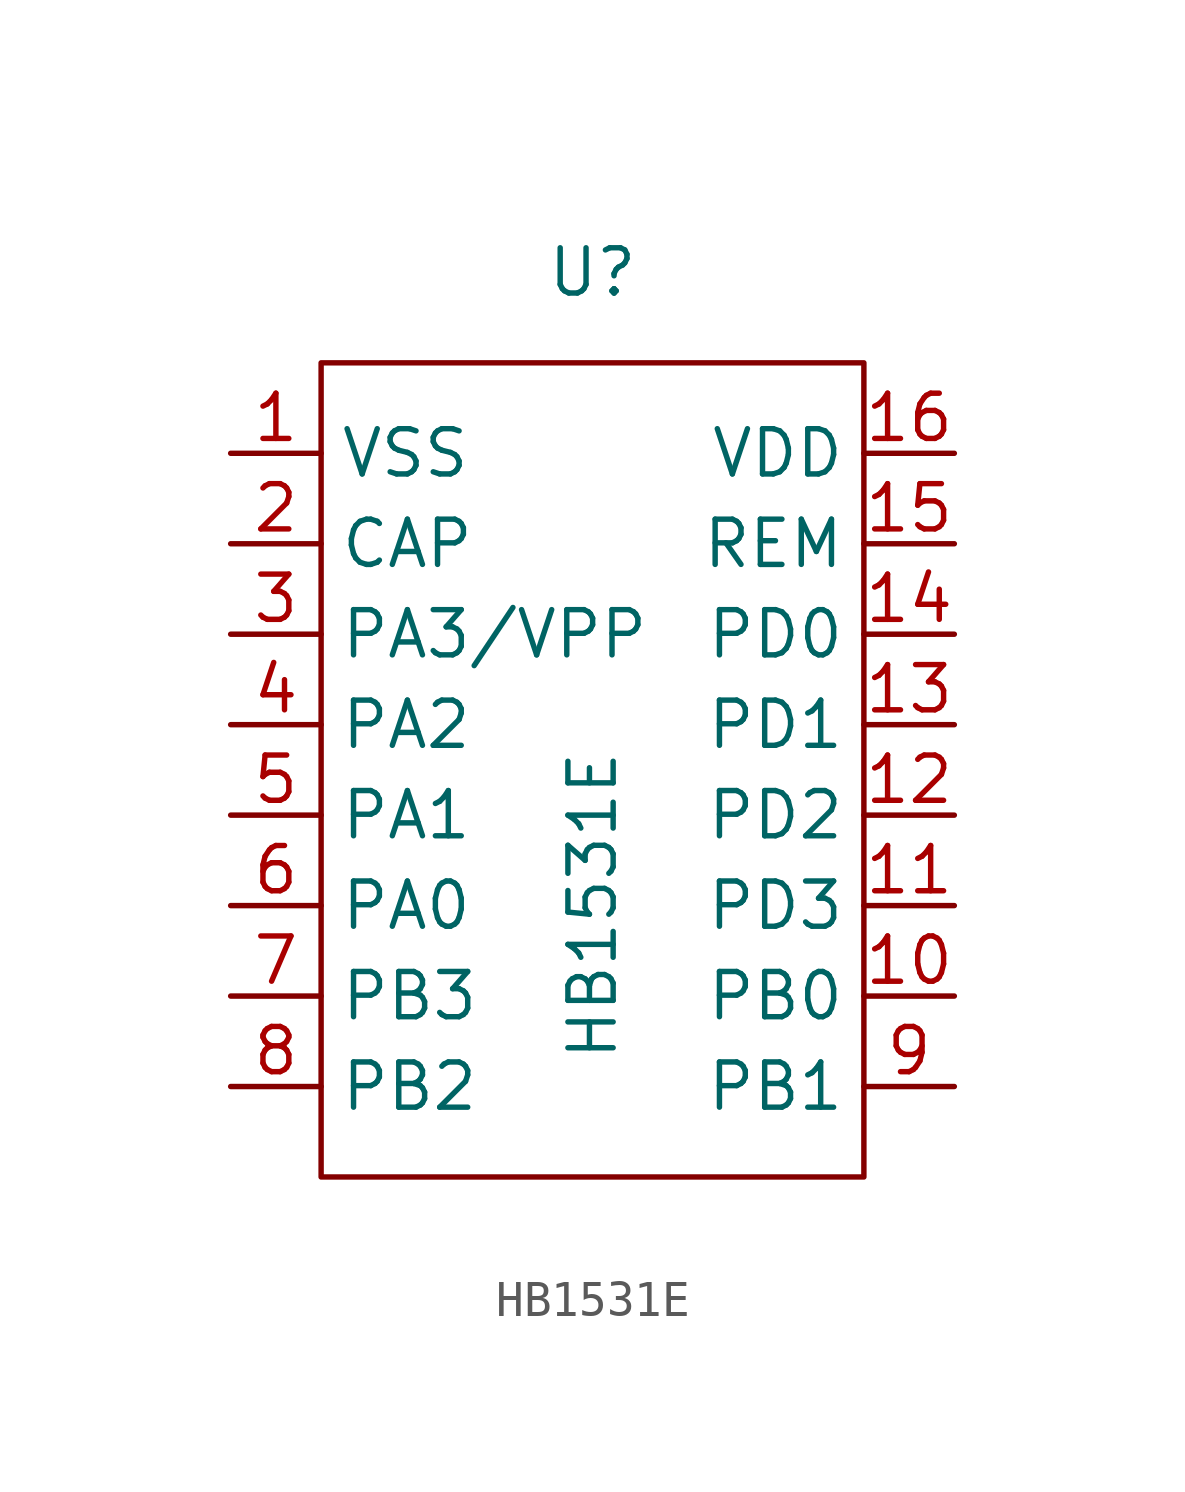
<source format=kicad_sym>
(kicad_symbol_lib
  (version 20211014)
  (generator kicad_symbol_editor)
  (symbol "HB1531E"
    (property "Reference" "U"
      (at 0 12.7 0)
      (effects (font (size 1.27 1.27))))
    (property "Value" "HB1531E"
      (at 0 -5.08 90)
      (effects (font (size 1.27 1.27))))
    (symbol "HB1531E_0_1"
      (rectangle (start -7.62 10.16) (end 7.62 -12.7) (stroke (width 0) (type default) (color 0 0 0 0)) (fill (type none))))
    (symbol "HB1531E_1_1"
      (pin power_in line (at -10.16 7.62 0) (length 2.54) (name "VSS" (effects (font (size 1.27 1.27)))) (number "1" (effects (font (size 1.27 1.27)))))
      (pin bidirectional line (at 10.16 -7.62 180) (length 2.54) (name "PB0" (effects (font (size 1.27 1.27)))) (number "10" (effects (font (size 1.27 1.27)))))
      (pin bidirectional line (at 10.16 -5.08 180) (length 2.54) (name "PD3" (effects (font (size 1.27 1.27)))) (number "11" (effects (font (size 1.27 1.27)))))
      (pin bidirectional line (at 10.16 -2.54 180) (length 2.54) (name "PD2" (effects (font (size 1.27 1.27)))) (number "12" (effects (font (size 1.27 1.27)))))
      (pin bidirectional line (at 10.16 0 180) (length 2.54) (name "PD1" (effects (font (size 1.27 1.27)))) (number "13" (effects (font (size 1.27 1.27)))))
      (pin bidirectional line (at 10.16 2.54 180) (length 2.54) (name "PD0" (effects (font (size 1.27 1.27)))) (number "14" (effects (font (size 1.27 1.27)))))
      (pin bidirectional line (at 10.16 5.08 180) (length 2.54) (name "REM" (effects (font (size 1.27 1.27)))) (number "15" (effects (font (size 1.27 1.27)))))
      (pin power_in line (at 10.16 7.62 180) (length 2.54) (name "VDD" (effects (font (size 1.27 1.27)))) (number "16" (effects (font (size 1.27 1.27)))))
      (pin bidirectional line (at -10.16 5.08 0) (length 2.54) (name "CAP" (effects (font (size 1.27 1.27)))) (number "2" (effects (font (size 1.27 1.27)))))
      (pin bidirectional line (at -10.16 2.54 0) (length 2.54) (name "PA3/VPP" (effects (font (size 1.27 1.27)))) (number "3" (effects (font (size 1.27 1.27)))))
      (pin bidirectional line (at -10.16 0 0) (length 2.54) (name "PA2" (effects (font (size 1.27 1.27)))) (number "4" (effects (font (size 1.27 1.27)))))
      (pin bidirectional line (at -10.16 -2.54 0) (length 2.54) (name "PA1" (effects (font (size 1.27 1.27)))) (number "5" (effects (font (size 1.27 1.27)))))
      (pin bidirectional line (at -10.16 -5.08 0) (length 2.54) (name "PA0" (effects (font (size 1.27 1.27)))) (number "6" (effects (font (size 1.27 1.27)))))
      (pin bidirectional line (at -10.16 -7.62 0) (length 2.54) (name "PB3" (effects (font (size 1.27 1.27)))) (number "7" (effects (font (size 1.27 1.27)))))
      (pin bidirectional line (at -10.16 -10.16 0) (length 2.54) (name "PB2" (effects (font (size 1.27 1.27)))) (number "8" (effects (font (size 1.27 1.27)))))
      (pin bidirectional line (at 10.16 -10.16 180) (length 2.54) (name "PB1" (effects (font (size 1.27 1.27)))) (number "9" (effects (font (size 1.27 1.27))))))))
</source>
